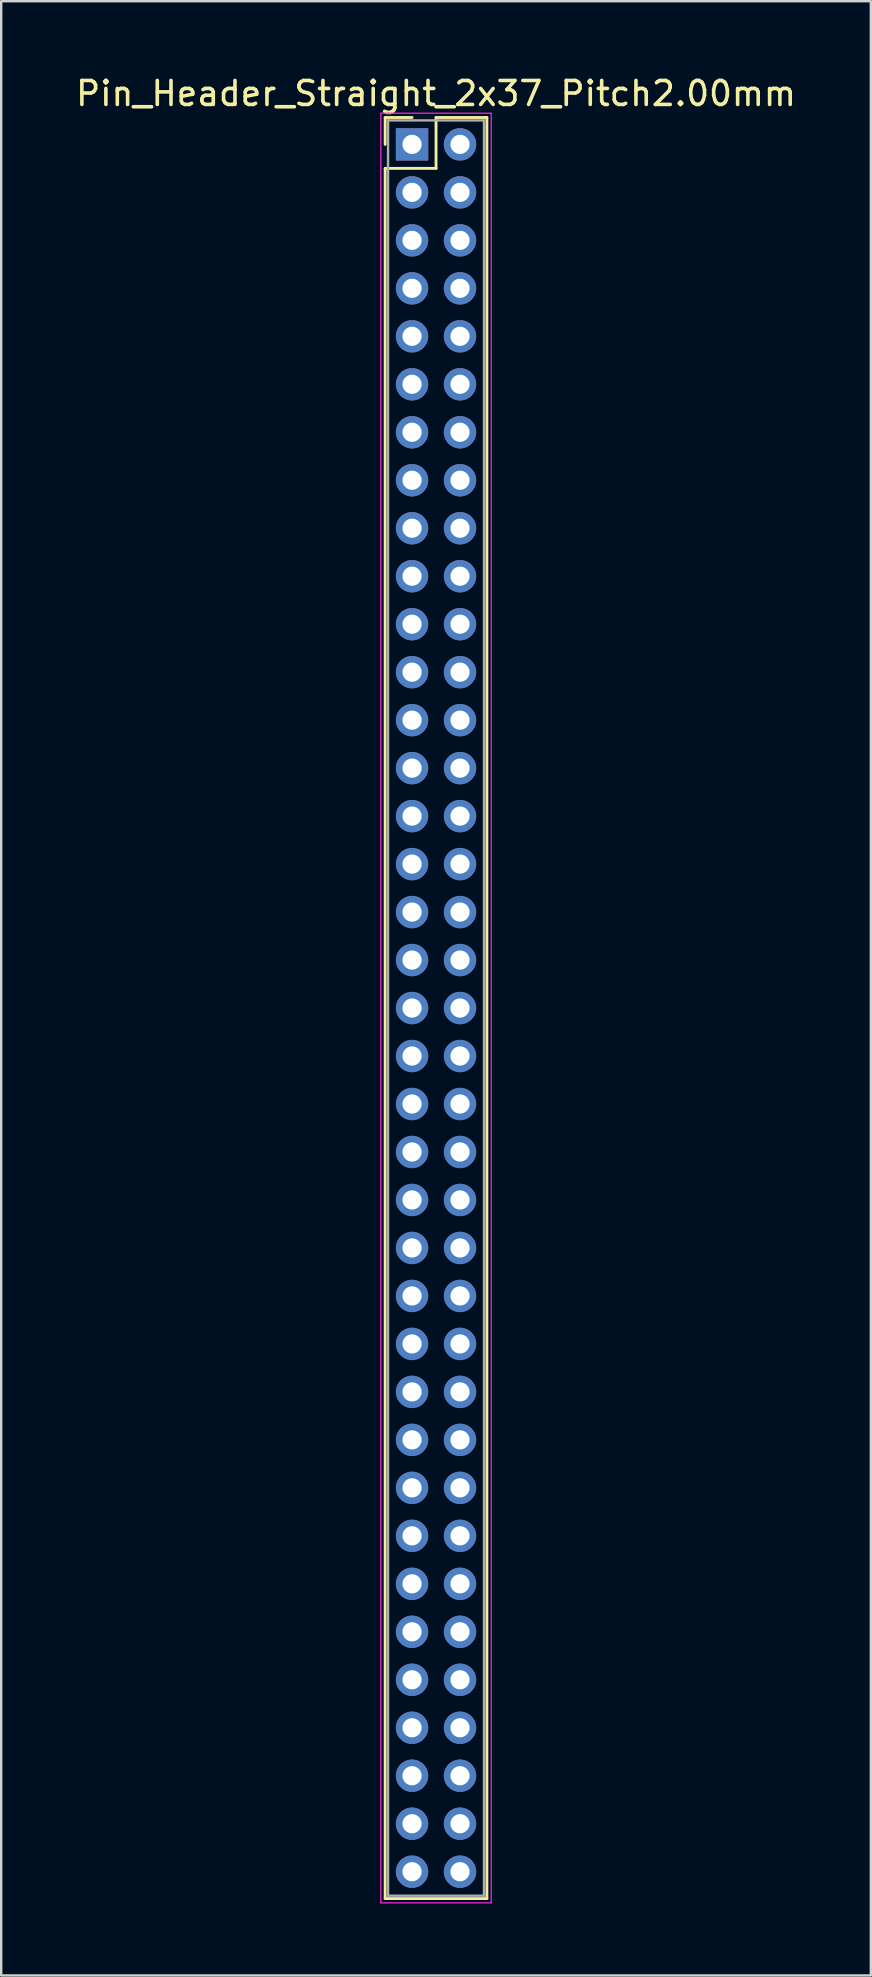
<source format=kicad_pcb>
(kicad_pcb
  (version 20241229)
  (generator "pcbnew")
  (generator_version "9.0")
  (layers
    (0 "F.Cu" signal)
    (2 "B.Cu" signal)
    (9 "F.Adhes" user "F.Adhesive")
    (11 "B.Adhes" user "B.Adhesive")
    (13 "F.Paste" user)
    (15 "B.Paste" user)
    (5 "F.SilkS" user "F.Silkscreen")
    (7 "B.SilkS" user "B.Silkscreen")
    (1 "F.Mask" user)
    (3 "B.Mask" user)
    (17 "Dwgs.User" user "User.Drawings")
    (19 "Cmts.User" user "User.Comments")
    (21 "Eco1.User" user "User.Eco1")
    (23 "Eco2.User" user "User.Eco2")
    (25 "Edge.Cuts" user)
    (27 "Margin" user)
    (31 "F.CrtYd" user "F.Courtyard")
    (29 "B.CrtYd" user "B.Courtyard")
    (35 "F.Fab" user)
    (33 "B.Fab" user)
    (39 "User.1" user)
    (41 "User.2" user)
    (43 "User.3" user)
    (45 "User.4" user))
  (footprint "Pin_Header_Straight_2x37_Pitch2.00mm"
    (layer "F.Cu")
    (at 14.125 2.968)
    (property "Reference" "Pin_Header_Straight_2x37_Pitch2.00mm" (at 1 -2.12 0) (layer "F.SilkS") (effects (font (size 1 1) (thickness 0.15))))
    (attr through_hole)
    (fp_line (start -1.12 -1.12) (end 0 -1.12) (stroke (width 0.12) (type solid)) (layer "F.SilkS"))
    (fp_line (start -1.12 0) (end -1.12 -1.12) (stroke (width 0.12) (type solid)) (layer "F.SilkS"))
    (fp_line (start -1.12 1) (end -1.12 73.12) (stroke (width 0.12) (type solid)) (layer "F.SilkS"))
    (fp_line (start -1.12 73.12) (end 3.12 73.12) (stroke (width 0.12) (type solid)) (layer "F.SilkS"))
    (fp_line (start 1 -1.12) (end 1 1) (stroke (width 0.12) (type solid)) (layer "F.SilkS"))
    (fp_line (start 1 1) (end -1.12 1) (stroke (width 0.12) (type solid)) (layer "F.SilkS"))
    (fp_line (start 3.12 -1.12) (end 1 -1.12) (stroke (width 0.12) (type solid)) (layer "F.SilkS"))
    (fp_line (start 3.12 73.12) (end 3.12 -1.12) (stroke (width 0.12) (type solid)) (layer "F.SilkS"))
    (fp_line (start -1.3 -1.3) (end -1.3 73.3) (stroke (width 0.05) (type solid)) (layer "F.CrtYd"))
    (fp_line (start -1.3 73.3) (end 3.3 73.3) (stroke (width 0.05) (type solid)) (layer "F.CrtYd"))
    (fp_line (start 3.3 -1.3) (end -1.3 -1.3) (stroke (width 0.05) (type solid)) (layer "F.CrtYd"))
    (fp_line (start 3.3 73.3) (end 3.3 -1.3) (stroke (width 0.05) (type solid)) (layer "F.CrtYd"))
    (fp_line (start -1 -1) (end -1 73) (stroke (width 0.1) (type solid)) (layer "F.Fab"))
    (fp_line (start -1 73) (end 3 73) (stroke (width 0.1) (type solid)) (layer "F.Fab"))
    (fp_line (start 3 -1) (end -1 -1) (stroke (width 0.1) (type solid)) (layer "F.Fab"))
    (fp_line (start 3 73) (end 3 -1) (stroke (width 0.1) (type solid)) (layer "F.Fab"))
    (pad "1" thru_hole rect (at 0 0) (size 1.35 1.35) (drill 0.8) (layers "*.Cu" "*.Mask"))
    (pad "2" thru_hole oval (at 2 0) (size 1.35 1.35) (drill 0.8) (layers "*.Cu" "*.Mask"))
    (pad "3" thru_hole oval (at 0 2) (size 1.35 1.35) (drill 0.8) (layers "*.Cu" "*.Mask"))
    (pad "4" thru_hole oval (at 2 2) (size 1.35 1.35) (drill 0.8) (layers "*.Cu" "*.Mask"))
    (pad "5" thru_hole oval (at 0 4) (size 1.35 1.35) (drill 0.8) (layers "*.Cu" "*.Mask"))
    (pad "6" thru_hole oval (at 2 4) (size 1.35 1.35) (drill 0.8) (layers "*.Cu" "*.Mask"))
    (pad "7" thru_hole oval (at 0 6) (size 1.35 1.35) (drill 0.8) (layers "*.Cu" "*.Mask"))
    (pad "8" thru_hole oval (at 2 6) (size 1.35 1.35) (drill 0.8) (layers "*.Cu" "*.Mask"))
    (pad "9" thru_hole oval (at 0 8) (size 1.35 1.35) (drill 0.8) (layers "*.Cu" "*.Mask"))
    (pad "10" thru_hole oval (at 2 8) (size 1.35 1.35) (drill 0.8) (layers "*.Cu" "*.Mask"))
    (pad "11" thru_hole oval (at 0 10) (size 1.35 1.35) (drill 0.8) (layers "*.Cu" "*.Mask"))
    (pad "12" thru_hole oval (at 2 10) (size 1.35 1.35) (drill 0.8) (layers "*.Cu" "*.Mask"))
    (pad "13" thru_hole oval (at 0 12) (size 1.35 1.35) (drill 0.8) (layers "*.Cu" "*.Mask"))
    (pad "14" thru_hole oval (at 2 12) (size 1.35 1.35) (drill 0.8) (layers "*.Cu" "*.Mask"))
    (pad "15" thru_hole oval (at 0 14) (size 1.35 1.35) (drill 0.8) (layers "*.Cu" "*.Mask"))
    (pad "16" thru_hole oval (at 2 14) (size 1.35 1.35) (drill 0.8) (layers "*.Cu" "*.Mask"))
    (pad "17" thru_hole oval (at 0 16) (size 1.35 1.35) (drill 0.8) (layers "*.Cu" "*.Mask"))
    (pad "18" thru_hole oval (at 2 16) (size 1.35 1.35) (drill 0.8) (layers "*.Cu" "*.Mask"))
    (pad "19" thru_hole oval (at 0 18) (size 1.35 1.35) (drill 0.8) (layers "*.Cu" "*.Mask"))
    (pad "20" thru_hole oval (at 2 18) (size 1.35 1.35) (drill 0.8) (layers "*.Cu" "*.Mask"))
    (pad "21" thru_hole oval (at 0 20) (size 1.35 1.35) (drill 0.8) (layers "*.Cu" "*.Mask"))
    (pad "22" thru_hole oval (at 2 20) (size 1.35 1.35) (drill 0.8) (layers "*.Cu" "*.Mask"))
    (pad "23" thru_hole oval (at 0 22) (size 1.35 1.35) (drill 0.8) (layers "*.Cu" "*.Mask"))
    (pad "24" thru_hole oval (at 2 22) (size 1.35 1.35) (drill 0.8) (layers "*.Cu" "*.Mask"))
    (pad "25" thru_hole oval (at 0 24) (size 1.35 1.35) (drill 0.8) (layers "*.Cu" "*.Mask"))
    (pad "26" thru_hole oval (at 2 24) (size 1.35 1.35) (drill 0.8) (layers "*.Cu" "*.Mask"))
    (pad "27" thru_hole oval (at 0 26) (size 1.35 1.35) (drill 0.8) (layers "*.Cu" "*.Mask"))
    (pad "28" thru_hole oval (at 2 26) (size 1.35 1.35) (drill 0.8) (layers "*.Cu" "*.Mask"))
    (pad "29" thru_hole oval (at 0 28) (size 1.35 1.35) (drill 0.8) (layers "*.Cu" "*.Mask"))
    (pad "30" thru_hole oval (at 2 28) (size 1.35 1.35) (drill 0.8) (layers "*.Cu" "*.Mask"))
    (pad "31" thru_hole oval (at 0 30) (size 1.35 1.35) (drill 0.8) (layers "*.Cu" "*.Mask"))
    (pad "32" thru_hole oval (at 2 30) (size 1.35 1.35) (drill 0.8) (layers "*.Cu" "*.Mask"))
    (pad "33" thru_hole oval (at 0 32) (size 1.35 1.35) (drill 0.8) (layers "*.Cu" "*.Mask"))
    (pad "34" thru_hole oval (at 2 32) (size 1.35 1.35) (drill 0.8) (layers "*.Cu" "*.Mask"))
    (pad "35" thru_hole oval (at 0 34) (size 1.35 1.35) (drill 0.8) (layers "*.Cu" "*.Mask"))
    (pad "36" thru_hole oval (at 2 34) (size 1.35 1.35) (drill 0.8) (layers "*.Cu" "*.Mask"))
    (pad "37" thru_hole oval (at 0 36) (size 1.35 1.35) (drill 0.8) (layers "*.Cu" "*.Mask"))
    (pad "38" thru_hole oval (at 2 36) (size 1.35 1.35) (drill 0.8) (layers "*.Cu" "*.Mask"))
    (pad "39" thru_hole oval (at 0 38) (size 1.35 1.35) (drill 0.8) (layers "*.Cu" "*.Mask"))
    (pad "40" thru_hole oval (at 2 38) (size 1.35 1.35) (drill 0.8) (layers "*.Cu" "*.Mask"))
    (pad "41" thru_hole oval (at 0 40) (size 1.35 1.35) (drill 0.8) (layers "*.Cu" "*.Mask"))
    (pad "42" thru_hole oval (at 2 40) (size 1.35 1.35) (drill 0.8) (layers "*.Cu" "*.Mask"))
    (pad "43" thru_hole oval (at 0 42) (size 1.35 1.35) (drill 0.8) (layers "*.Cu" "*.Mask"))
    (pad "44" thru_hole oval (at 2 42) (size 1.35 1.35) (drill 0.8) (layers "*.Cu" "*.Mask"))
    (pad "45" thru_hole oval (at 0 44) (size 1.35 1.35) (drill 0.8) (layers "*.Cu" "*.Mask"))
    (pad "46" thru_hole oval (at 2 44) (size 1.35 1.35) (drill 0.8) (layers "*.Cu" "*.Mask"))
    (pad "47" thru_hole oval (at 0 46) (size 1.35 1.35) (drill 0.8) (layers "*.Cu" "*.Mask"))
    (pad "48" thru_hole oval (at 2 46) (size 1.35 1.35) (drill 0.8) (layers "*.Cu" "*.Mask"))
    (pad "49" thru_hole oval (at 0 48) (size 1.35 1.35) (drill 0.8) (layers "*.Cu" "*.Mask"))
    (pad "50" thru_hole oval (at 2 48) (size 1.35 1.35) (drill 0.8) (layers "*.Cu" "*.Mask"))
    (pad "51" thru_hole oval (at 0 50) (size 1.35 1.35) (drill 0.8) (layers "*.Cu" "*.Mask"))
    (pad "52" thru_hole oval (at 2 50) (size 1.35 1.35) (drill 0.8) (layers "*.Cu" "*.Mask"))
    (pad "53" thru_hole oval (at 0 52) (size 1.35 1.35) (drill 0.8) (layers "*.Cu" "*.Mask"))
    (pad "54" thru_hole oval (at 2 52) (size 1.35 1.35) (drill 0.8) (layers "*.Cu" "*.Mask"))
    (pad "55" thru_hole oval (at 0 54) (size 1.35 1.35) (drill 0.8) (layers "*.Cu" "*.Mask"))
    (pad "56" thru_hole oval (at 2 54) (size 1.35 1.35) (drill 0.8) (layers "*.Cu" "*.Mask"))
    (pad "57" thru_hole oval (at 0 56) (size 1.35 1.35) (drill 0.8) (layers "*.Cu" "*.Mask"))
    (pad "58" thru_hole oval (at 2 56) (size 1.35 1.35) (drill 0.8) (layers "*.Cu" "*.Mask"))
    (pad "59" thru_hole oval (at 0 58) (size 1.35 1.35) (drill 0.8) (layers "*.Cu" "*.Mask"))
    (pad "60" thru_hole oval (at 2 58) (size 1.35 1.35) (drill 0.8) (layers "*.Cu" "*.Mask"))
    (pad "61" thru_hole oval (at 0 60) (size 1.35 1.35) (drill 0.8) (layers "*.Cu" "*.Mask"))
    (pad "62" thru_hole oval (at 2 60) (size 1.35 1.35) (drill 0.8) (layers "*.Cu" "*.Mask"))
    (pad "63" thru_hole oval (at 0 62) (size 1.35 1.35) (drill 0.8) (layers "*.Cu" "*.Mask"))
    (pad "64" thru_hole oval (at 2 62) (size 1.35 1.35) (drill 0.8) (layers "*.Cu" "*.Mask"))
    (pad "65" thru_hole oval (at 0 64) (size 1.35 1.35) (drill 0.8) (layers "*.Cu" "*.Mask"))
    (pad "66" thru_hole oval (at 2 64) (size 1.35 1.35) (drill 0.8) (layers "*.Cu" "*.Mask"))
    (pad "67" thru_hole oval (at 0 66) (size 1.35 1.35) (drill 0.8) (layers "*.Cu" "*.Mask"))
    (pad "68" thru_hole oval (at 2 66) (size 1.35 1.35) (drill 0.8) (layers "*.Cu" "*.Mask"))
    (pad "69" thru_hole oval (at 0 68) (size 1.35 1.35) (drill 0.8) (layers "*.Cu" "*.Mask"))
    (pad "70" thru_hole oval (at 2 68) (size 1.35 1.35) (drill 0.8) (layers "*.Cu" "*.Mask"))
    (pad "71" thru_hole oval (at 0 70) (size 1.35 1.35) (drill 0.8) (layers "*.Cu" "*.Mask"))
    (pad "72" thru_hole oval (at 2 70) (size 1.35 1.35) (drill 0.8) (layers "*.Cu" "*.Mask"))
    (pad "73" thru_hole oval (at 0 72) (size 1.35 1.35) (drill 0.8) (layers "*.Cu" "*.Mask"))
    (pad "74" thru_hole oval (at 2 72) (size 1.35 1.35) (drill 0.8) (layers "*.Cu" "*.Mask")))
  (gr_rect
    (start -3 -3)
    (end 33.25 79.293)
    (stroke (width 0.1) (type default))
    (fill no)
    (layer "Edge.Cuts")))
</source>
